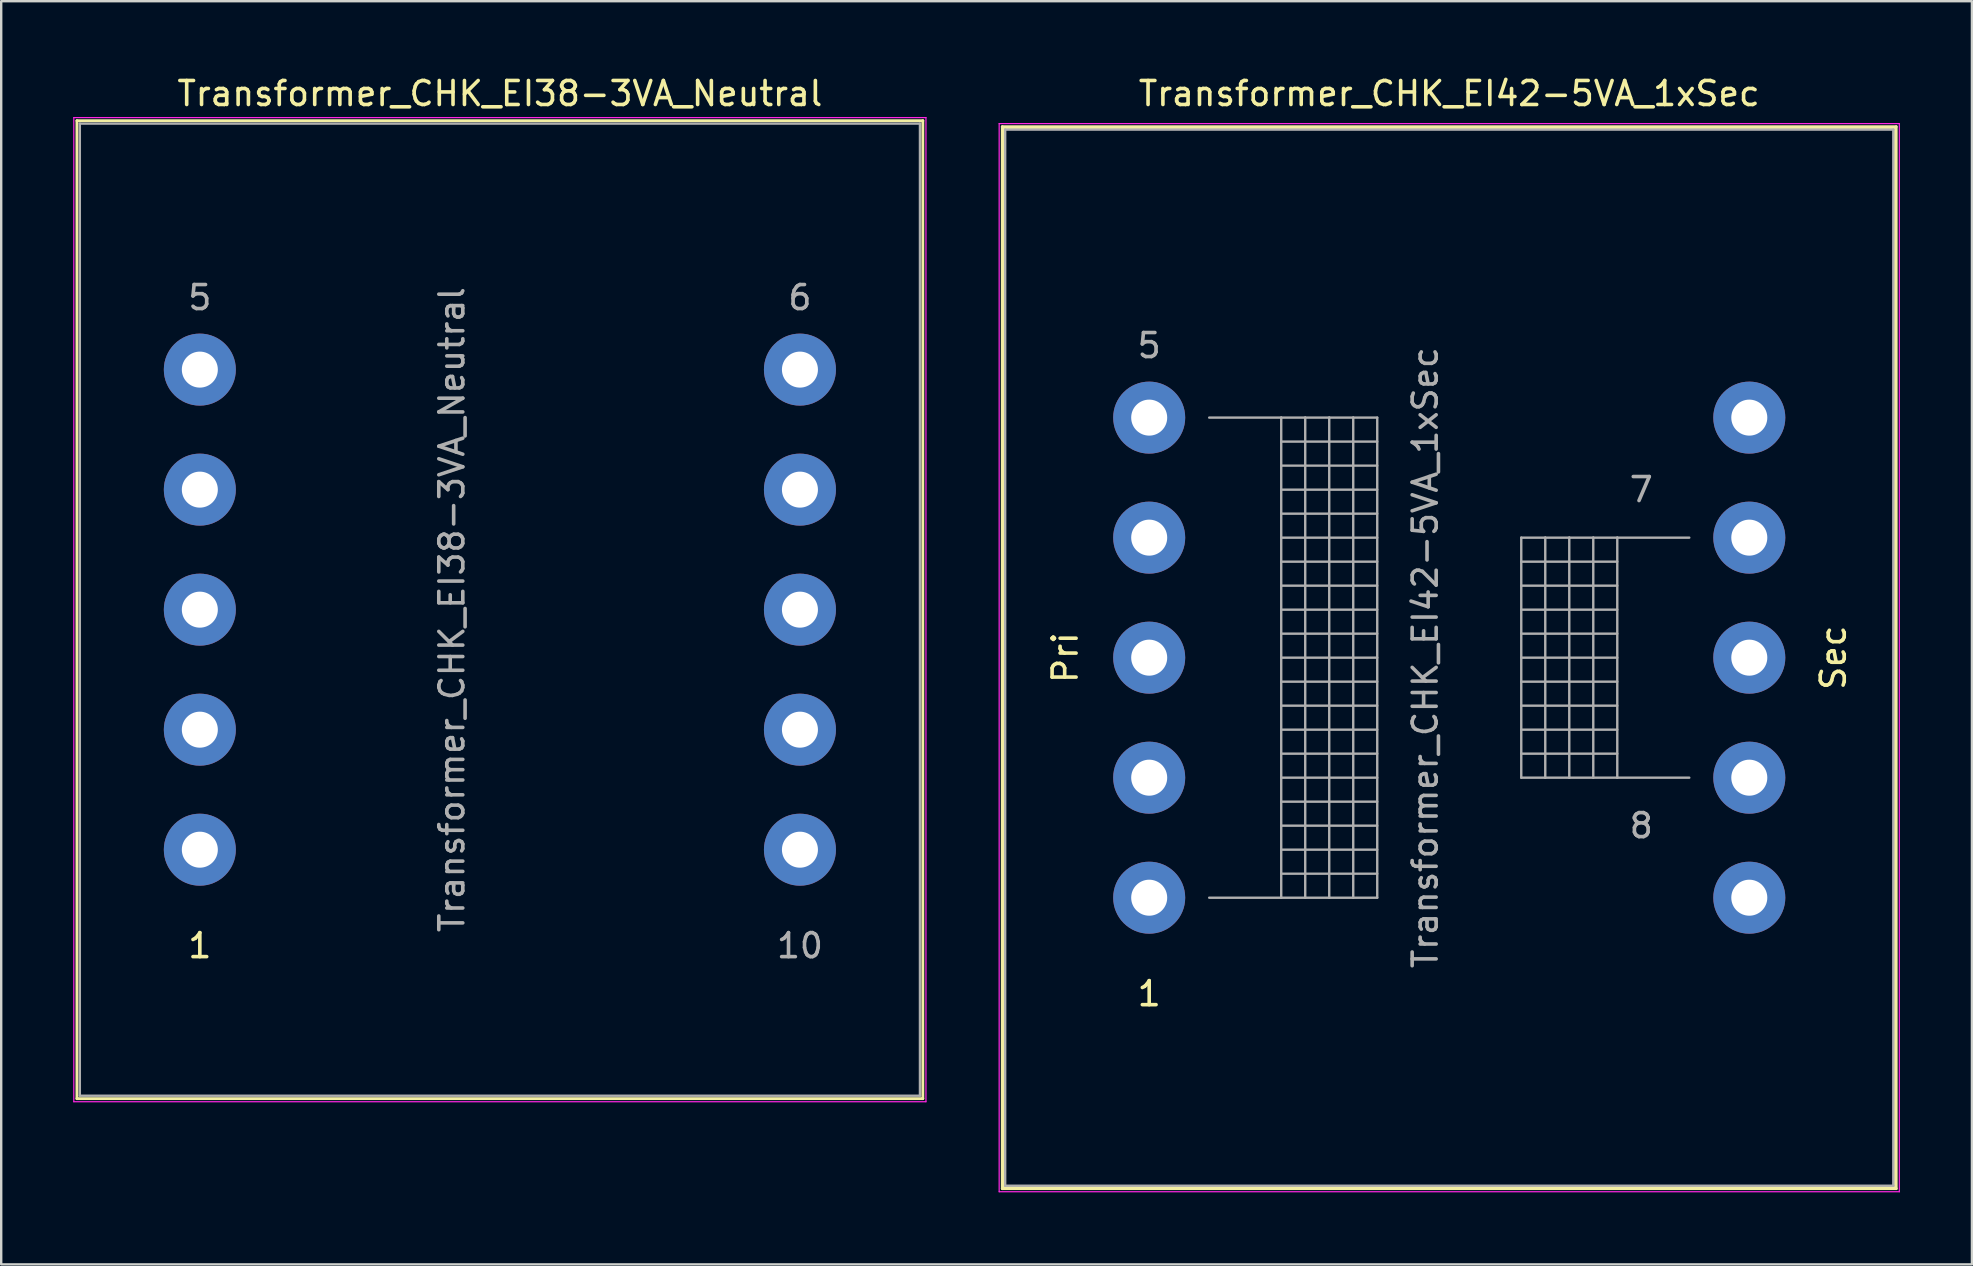
<source format=kicad_pcb>
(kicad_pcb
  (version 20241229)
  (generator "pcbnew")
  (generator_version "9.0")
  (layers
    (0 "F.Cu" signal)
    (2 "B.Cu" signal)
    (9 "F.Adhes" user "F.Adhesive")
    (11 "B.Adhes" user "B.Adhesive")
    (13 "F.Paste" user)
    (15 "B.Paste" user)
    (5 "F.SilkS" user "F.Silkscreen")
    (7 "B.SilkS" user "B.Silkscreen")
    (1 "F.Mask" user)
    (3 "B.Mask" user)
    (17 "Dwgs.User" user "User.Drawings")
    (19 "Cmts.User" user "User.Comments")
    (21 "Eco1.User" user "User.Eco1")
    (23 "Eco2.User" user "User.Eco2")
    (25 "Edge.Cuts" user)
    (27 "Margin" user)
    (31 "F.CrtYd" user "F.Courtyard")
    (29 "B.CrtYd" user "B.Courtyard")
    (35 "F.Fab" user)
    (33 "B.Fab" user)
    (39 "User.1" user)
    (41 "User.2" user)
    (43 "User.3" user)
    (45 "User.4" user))
  (footprint "Transformer_CHK_EI42-5VA_1xSec"
    (layer "F.Cu")
    (at 44.825 34.348)
    (property "Reference" "Transformer_CHK_EI42-5VA_1xSec" (at 12.5 -33.5 0) (layer "F.SilkS") (effects (font (size 1 1) (thickness 0.15))))
    (attr through_hole)
    (fp_line (start -6.12 -32.12) (end -6.12 12.12) (stroke (width 0.12) (type solid)) (layer "F.SilkS"))
    (fp_line (start -6.12 -32.12) (end 31.12 -32.12) (stroke (width 0.12) (type solid)) (layer "F.SilkS"))
    (fp_line (start -6.05 -32.05) (end 31.05 -32.05) (stroke (width 0.12) (type solid)) (layer "F.SilkS"))
    (fp_line (start -6.05 12.05) (end -6.05 -32.05) (stroke (width 0.12) (type solid)) (layer "F.SilkS"))
    (fp_line (start 31.05 -32.05) (end 31.05 12.05) (stroke (width 0.12) (type solid)) (layer "F.SilkS"))
    (fp_line (start 31.05 12.05) (end -6.05 12.05) (stroke (width 0.12) (type solid)) (layer "F.SilkS"))
    (fp_line (start 31.12 12.12) (end -6.12 12.12) (stroke (width 0.12) (type solid)) (layer "F.SilkS"))
    (fp_line (start 31.12 12.12) (end 31.12 -32.12) (stroke (width 0.12) (type solid)) (layer "F.SilkS"))
    (fp_line (start -6.25 -32.25) (end -6.25 12.25) (stroke (width 0.05) (type solid)) (layer "F.CrtYd"))
    (fp_line (start -6.25 -32.25) (end 31.25 -32.25) (stroke (width 0.05) (type solid)) (layer "F.CrtYd"))
    (fp_line (start 31.25 12.25) (end -6.25 12.25) (stroke (width 0.05) (type solid)) (layer "F.CrtYd"))
    (fp_line (start 31.25 12.25) (end 31.25 -32.25) (stroke (width 0.05) (type solid)) (layer "F.CrtYd"))
    (fp_line (start -6 -32) (end -6 12) (stroke (width 0.1) (type solid)) (layer "F.Fab"))
    (fp_line (start -6 12) (end 31 12) (stroke (width 0.1) (type solid)) (layer "F.Fab"))
    (fp_line (start 2.5 -20) (end 5.5 -20) (stroke (width 0.1) (type solid)) (layer "F.Fab"))
    (fp_line (start 5.5 -20) (end 5.5 0) (stroke (width 0.1) (type solid)) (layer "F.Fab"))
    (fp_line (start 5.5 -20) (end 6.5 -20) (stroke (width 0.1) (type solid)) (layer "F.Fab"))
    (fp_line (start 5.5 -19) (end 9.5 -19) (stroke (width 0.1) (type solid)) (layer "F.Fab"))
    (fp_line (start 5.5 -18) (end 9.5 -18) (stroke (width 0.1) (type solid)) (layer "F.Fab"))
    (fp_line (start 5.5 -17) (end 9.5 -17) (stroke (width 0.1) (type solid)) (layer "F.Fab"))
    (fp_line (start 5.5 -16) (end 9.5 -16) (stroke (width 0.1) (type solid)) (layer "F.Fab"))
    (fp_line (start 5.5 -15) (end 9.5 -15) (stroke (width 0.1) (type solid)) (layer "F.Fab"))
    (fp_line (start 5.5 -14) (end 9.5 -14) (stroke (width 0.1) (type solid)) (layer "F.Fab"))
    (fp_line (start 5.5 -13) (end 9.5 -13) (stroke (width 0.1) (type solid)) (layer "F.Fab"))
    (fp_line (start 5.5 -12) (end 9.5 -12) (stroke (width 0.1) (type solid)) (layer "F.Fab"))
    (fp_line (start 5.5 -11) (end 9.5 -11) (stroke (width 0.1) (type solid)) (layer "F.Fab"))
    (fp_line (start 5.5 -10) (end 9.5 -10) (stroke (width 0.1) (type solid)) (layer "F.Fab"))
    (fp_line (start 5.5 -9) (end 9.5 -9) (stroke (width 0.1) (type solid)) (layer "F.Fab"))
    (fp_line (start 5.5 -8) (end 9.5 -8) (stroke (width 0.1) (type solid)) (layer "F.Fab"))
    (fp_line (start 5.5 -7) (end 9.5 -7) (stroke (width 0.1) (type solid)) (layer "F.Fab"))
    (fp_line (start 5.5 -6) (end 9.5 -6) (stroke (width 0.1) (type solid)) (layer "F.Fab"))
    (fp_line (start 5.5 -5) (end 9.5 -5) (stroke (width 0.1) (type solid)) (layer "F.Fab"))
    (fp_line (start 5.5 -4) (end 9.5 -4) (stroke (width 0.1) (type solid)) (layer "F.Fab"))
    (fp_line (start 5.5 -3) (end 9.5 -3) (stroke (width 0.1) (type solid)) (layer "F.Fab"))
    (fp_line (start 5.5 -2) (end 9.5 -2) (stroke (width 0.1) (type solid)) (layer "F.Fab"))
    (fp_line (start 5.5 -1) (end 9.5 -1) (stroke (width 0.1) (type solid)) (layer "F.Fab"))
    (fp_line (start 5.5 0) (end 2.5 0) (stroke (width 0.1) (type solid)) (layer "F.Fab"))
    (fp_line (start 6.5 -20) (end 6.5 0) (stroke (width 0.1) (type solid)) (layer "F.Fab"))
    (fp_line (start 6.5 -20) (end 7.5 -20) (stroke (width 0.1) (type solid)) (layer "F.Fab"))
    (fp_line (start 6.5 0) (end 5.5 0) (stroke (width 0.1) (type solid)) (layer "F.Fab"))
    (fp_line (start 7.5 -20) (end 7.5 0) (stroke (width 0.1) (type solid)) (layer "F.Fab"))
    (fp_line (start 7.5 -20) (end 8.5 -20) (stroke (width 0.1) (type solid)) (layer "F.Fab"))
    (fp_line (start 7.5 0) (end 6.5 0) (stroke (width 0.1) (type solid)) (layer "F.Fab"))
    (fp_line (start 8.5 -20) (end 8.5 0) (stroke (width 0.1) (type solid)) (layer "F.Fab"))
    (fp_line (start 8.5 -20) (end 9.5 -20) (stroke (width 0.1) (type solid)) (layer "F.Fab"))
    (fp_line (start 8.5 0) (end 7.5 0) (stroke (width 0.1) (type solid)) (layer "F.Fab"))
    (fp_line (start 9.5 -20) (end 9.5 0) (stroke (width 0.1) (type solid)) (layer "F.Fab"))
    (fp_line (start 9.5 0) (end 8.5 0) (stroke (width 0.1) (type solid)) (layer "F.Fab"))
    (fp_line (start 15.5 -15) (end 15.5 -5) (stroke (width 0.1) (type solid)) (layer "F.Fab"))
    (fp_line (start 15.5 -14) (end 19.5 -14) (stroke (width 0.1) (type solid)) (layer "F.Fab"))
    (fp_line (start 15.5 -12) (end 19.5 -12) (stroke (width 0.1) (type solid)) (layer "F.Fab"))
    (fp_line (start 15.5 -10) (end 19.5 -10) (stroke (width 0.1) (type solid)) (layer "F.Fab"))
    (fp_line (start 15.5 -8) (end 19.5 -8) (stroke (width 0.1) (type solid)) (layer "F.Fab"))
    (fp_line (start 15.5 -6) (end 19.5 -6) (stroke (width 0.1) (type solid)) (layer "F.Fab"))
    (fp_line (start 15.5 -5) (end 16.5 -5) (stroke (width 0.1) (type solid)) (layer "F.Fab"))
    (fp_line (start 16.5 -15) (end 15.5 -15) (stroke (width 0.1) (type solid)) (layer "F.Fab"))
    (fp_line (start 16.5 -15) (end 16.5 -5) (stroke (width 0.1) (type solid)) (layer "F.Fab"))
    (fp_line (start 16.5 -5) (end 17.5 -5) (stroke (width 0.1) (type solid)) (layer "F.Fab"))
    (fp_line (start 17.5 -15) (end 16.5 -15) (stroke (width 0.1) (type solid)) (layer "F.Fab"))
    (fp_line (start 17.5 -15) (end 17.5 -5) (stroke (width 0.1) (type solid)) (layer "F.Fab"))
    (fp_line (start 17.5 -5) (end 18.5 -5) (stroke (width 0.1) (type solid)) (layer "F.Fab"))
    (fp_line (start 18.5 -15) (end 17.5 -15) (stroke (width 0.1) (type solid)) (layer "F.Fab"))
    (fp_line (start 18.5 -15) (end 18.5 -5) (stroke (width 0.1) (type solid)) (layer "F.Fab"))
    (fp_line (start 18.5 -5) (end 19.5 -5) (stroke (width 0.1) (type solid)) (layer "F.Fab"))
    (fp_line (start 19.5 -15) (end 18.5 -15) (stroke (width 0.1) (type solid)) (layer "F.Fab"))
    (fp_line (start 19.5 -15) (end 19.5 -5) (stroke (width 0.1) (type solid)) (layer "F.Fab"))
    (fp_line (start 19.5 -13) (end 15.5 -13) (stroke (width 0.1) (type solid)) (layer "F.Fab"))
    (fp_line (start 19.5 -11) (end 15.5 -11) (stroke (width 0.1) (type solid)) (layer "F.Fab"))
    (fp_line (start 19.5 -9) (end 15.5 -9) (stroke (width 0.1) (type solid)) (layer "F.Fab"))
    (fp_line (start 19.5 -7) (end 15.5 -7) (stroke (width 0.1) (type solid)) (layer "F.Fab"))
    (fp_line (start 19.5 -5) (end 22.5 -5) (stroke (width 0.1) (type solid)) (layer "F.Fab"))
    (fp_line (start 22.5 -15) (end 19.5 -15) (stroke (width 0.1) (type solid)) (layer "F.Fab"))
    (fp_line (start 31 -32) (end -6 -32) (stroke (width 0.1) (type solid)) (layer "F.Fab"))
    (fp_line (start 31 12) (end 31 -32) (stroke (width 0.1) (type solid)) (layer "F.Fab"))
    (fp_text user "Pri" (at -3.5 -10 90) (layer "F.SilkS") (effects (font (size 1 1) (thickness 0.15))))
    (fp_text user "Sec" (at 28.5 -10 90) (layer "F.SilkS") (effects (font (size 1 1) (thickness 0.15))))
    (fp_text user "1" (at 0 4 0) (layer "F.SilkS") (effects (font (size 1 1) (thickness 0.15))))
    (fp_text user "5" (at 0 -23 0) (layer "F.Fab") (effects (font (size 1 1) (thickness 0.15))))
    (fp_text user "7" (at 20.5 -17 0) (layer "F.Fab") (effects (font (size 1 1) (thickness 0.15))))
    (fp_text user "${REFERENCE}" (at 11.5 -10 90) (layer "F.Fab") (effects (font (size 1 1) (thickness 0.15))))
    (fp_text user "8" (at 20.5 -3 0) (layer "F.Fab") (effects (font (size 1 1) (thickness 0.15))))
    (pad "1" thru_hole circle (at 0 0) (size 3 3) (drill 1.5) (layers "*.Cu" "*.Mask"))
    (pad "2" thru_hole circle (at 0 -5) (size 3 3) (drill 1.5) (layers "*.Cu" "*.Mask"))
    (pad "3" thru_hole circle (at 0 -10) (size 3 3) (drill 1.5) (layers "*.Cu" "*.Mask"))
    (pad "4" thru_hole circle (at 0 -15) (size 3 3) (drill 1.5) (layers "*.Cu" "*.Mask"))
    (pad "5" thru_hole circle (at 0 -20) (size 3 3) (drill 1.5) (layers "*.Cu" "*.Mask"))
    (pad "6" thru_hole circle (at 25 -20) (size 3 3) (drill 1.5) (layers "*.Cu" "*.Mask"))
    (pad "7" thru_hole circle (at 25 -15) (size 3 3) (drill 1.5) (layers "*.Cu" "*.Mask"))
    (pad "8" thru_hole circle (at 25 -10) (size 3 3) (drill 1.5) (layers "*.Cu" "*.Mask"))
    (pad "9" thru_hole circle (at 25 -5) (size 3 3) (drill 1.5) (layers "*.Cu" "*.Mask"))
    (pad "10" thru_hole circle (at 25 0) (size 3 3) (drill 1.5) (layers "*.Cu" "*.Mask")))
  (footprint "Transformer_CHK_EI38-3VA_Neutral"
    (layer "F.Cu")
    (at 5.275 32.348)
    (property "Reference" "Transformer_CHK_EI38-3VA_Neutral" (at 12.5 -31.5 0) (layer "F.SilkS") (effects (font (size 1 1) (thickness 0.15))))
    (attr through_hole)
    (fp_line (start -5.12 -30.37) (end -5.12 10.37) (stroke (width 0.12) (type solid)) (layer "F.SilkS"))
    (fp_line (start -5.12 -30.37) (end 30.12 -30.37) (stroke (width 0.12) (type solid)) (layer "F.SilkS"))
    (fp_line (start 30.12 10.37) (end -5.12 10.37) (stroke (width 0.12) (type solid)) (layer "F.SilkS"))
    (fp_line (start 30.12 10.37) (end 30.12 -30.37) (stroke (width 0.12) (type solid)) (layer "F.SilkS"))
    (fp_line (start -5.25 -30.5) (end -5.25 10.5) (stroke (width 0.05) (type solid)) (layer "F.CrtYd"))
    (fp_line (start -5.25 -30.5) (end 30.25 -30.5) (stroke (width 0.05) (type solid)) (layer "F.CrtYd"))
    (fp_line (start 30.25 10.5) (end -5.25 10.5) (stroke (width 0.05) (type solid)) (layer "F.CrtYd"))
    (fp_line (start 30.25 10.5) (end 30.25 -30.5) (stroke (width 0.05) (type solid)) (layer "F.CrtYd"))
    (fp_line (start -5 -30.25) (end -5 10.25) (stroke (width 0.1) (type solid)) (layer "F.Fab"))
    (fp_line (start -5 10.25) (end 30 10.25) (stroke (width 0.1) (type solid)) (layer "F.Fab"))
    (fp_line (start 30 -30.25) (end -5 -30.25) (stroke (width 0.1) (type solid)) (layer "F.Fab"))
    (fp_line (start 30 10.25) (end 30 -30.25) (stroke (width 0.1) (type solid)) (layer "F.Fab"))
    (fp_text user "1" (at 0 4 0) (layer "F.SilkS") (effects (font (size 1 1) (thickness 0.15))))
    (fp_text user "5" (at 0 -23 0) (layer "F.Fab") (effects (font (size 1 1) (thickness 0.15))))
    (fp_text user "10" (at 25 4 0) (layer "F.Fab") (effects (font (size 1 1) (thickness 0.15))))
    (fp_text user "${REFERENCE}" (at 10.5 -10 90) (layer "F.Fab") (effects (font (size 1 1) (thickness 0.15))))
    (fp_text user "6" (at 25 -23 0) (layer "F.Fab") (effects (font (size 1 1) (thickness 0.15))))
    (pad "1" thru_hole circle (at 0 0) (size 3 3) (drill 1.5) (layers "*.Cu" "*.Mask"))
    (pad "2" thru_hole circle (at 0 -5) (size 3 3) (drill 1.5) (layers "*.Cu" "*.Mask"))
    (pad "3" thru_hole circle (at 0 -10) (size 3 3) (drill 1.5) (layers "*.Cu" "*.Mask"))
    (pad "4" thru_hole circle (at 0 -15) (size 3 3) (drill 1.5) (layers "*.Cu" "*.Mask"))
    (pad "5" thru_hole circle (at 0 -20) (size 3 3) (drill 1.5) (layers "*.Cu" "*.Mask"))
    (pad "6" thru_hole circle (at 25 -20) (size 3 3) (drill 1.5) (layers "*.Cu" "*.Mask"))
    (pad "7" thru_hole circle (at 25 -15) (size 3 3) (drill 1.5) (layers "*.Cu" "*.Mask"))
    (pad "8" thru_hole circle (at 25 -10) (size 3 3) (drill 1.5) (layers "*.Cu" "*.Mask"))
    (pad "9" thru_hole circle (at 25 -5) (size 3 3) (drill 1.5) (layers "*.Cu" "*.Mask"))
    (pad "10" thru_hole circle (at 25 0) (size 3 3) (drill 1.5) (layers "*.Cu" "*.Mask")))
  (gr_rect
    (start -3 -3)
    (end 79.1 49.623)
    (stroke (width 0.1) (type default))
    (fill no)
    (layer "Edge.Cuts")))
</source>
